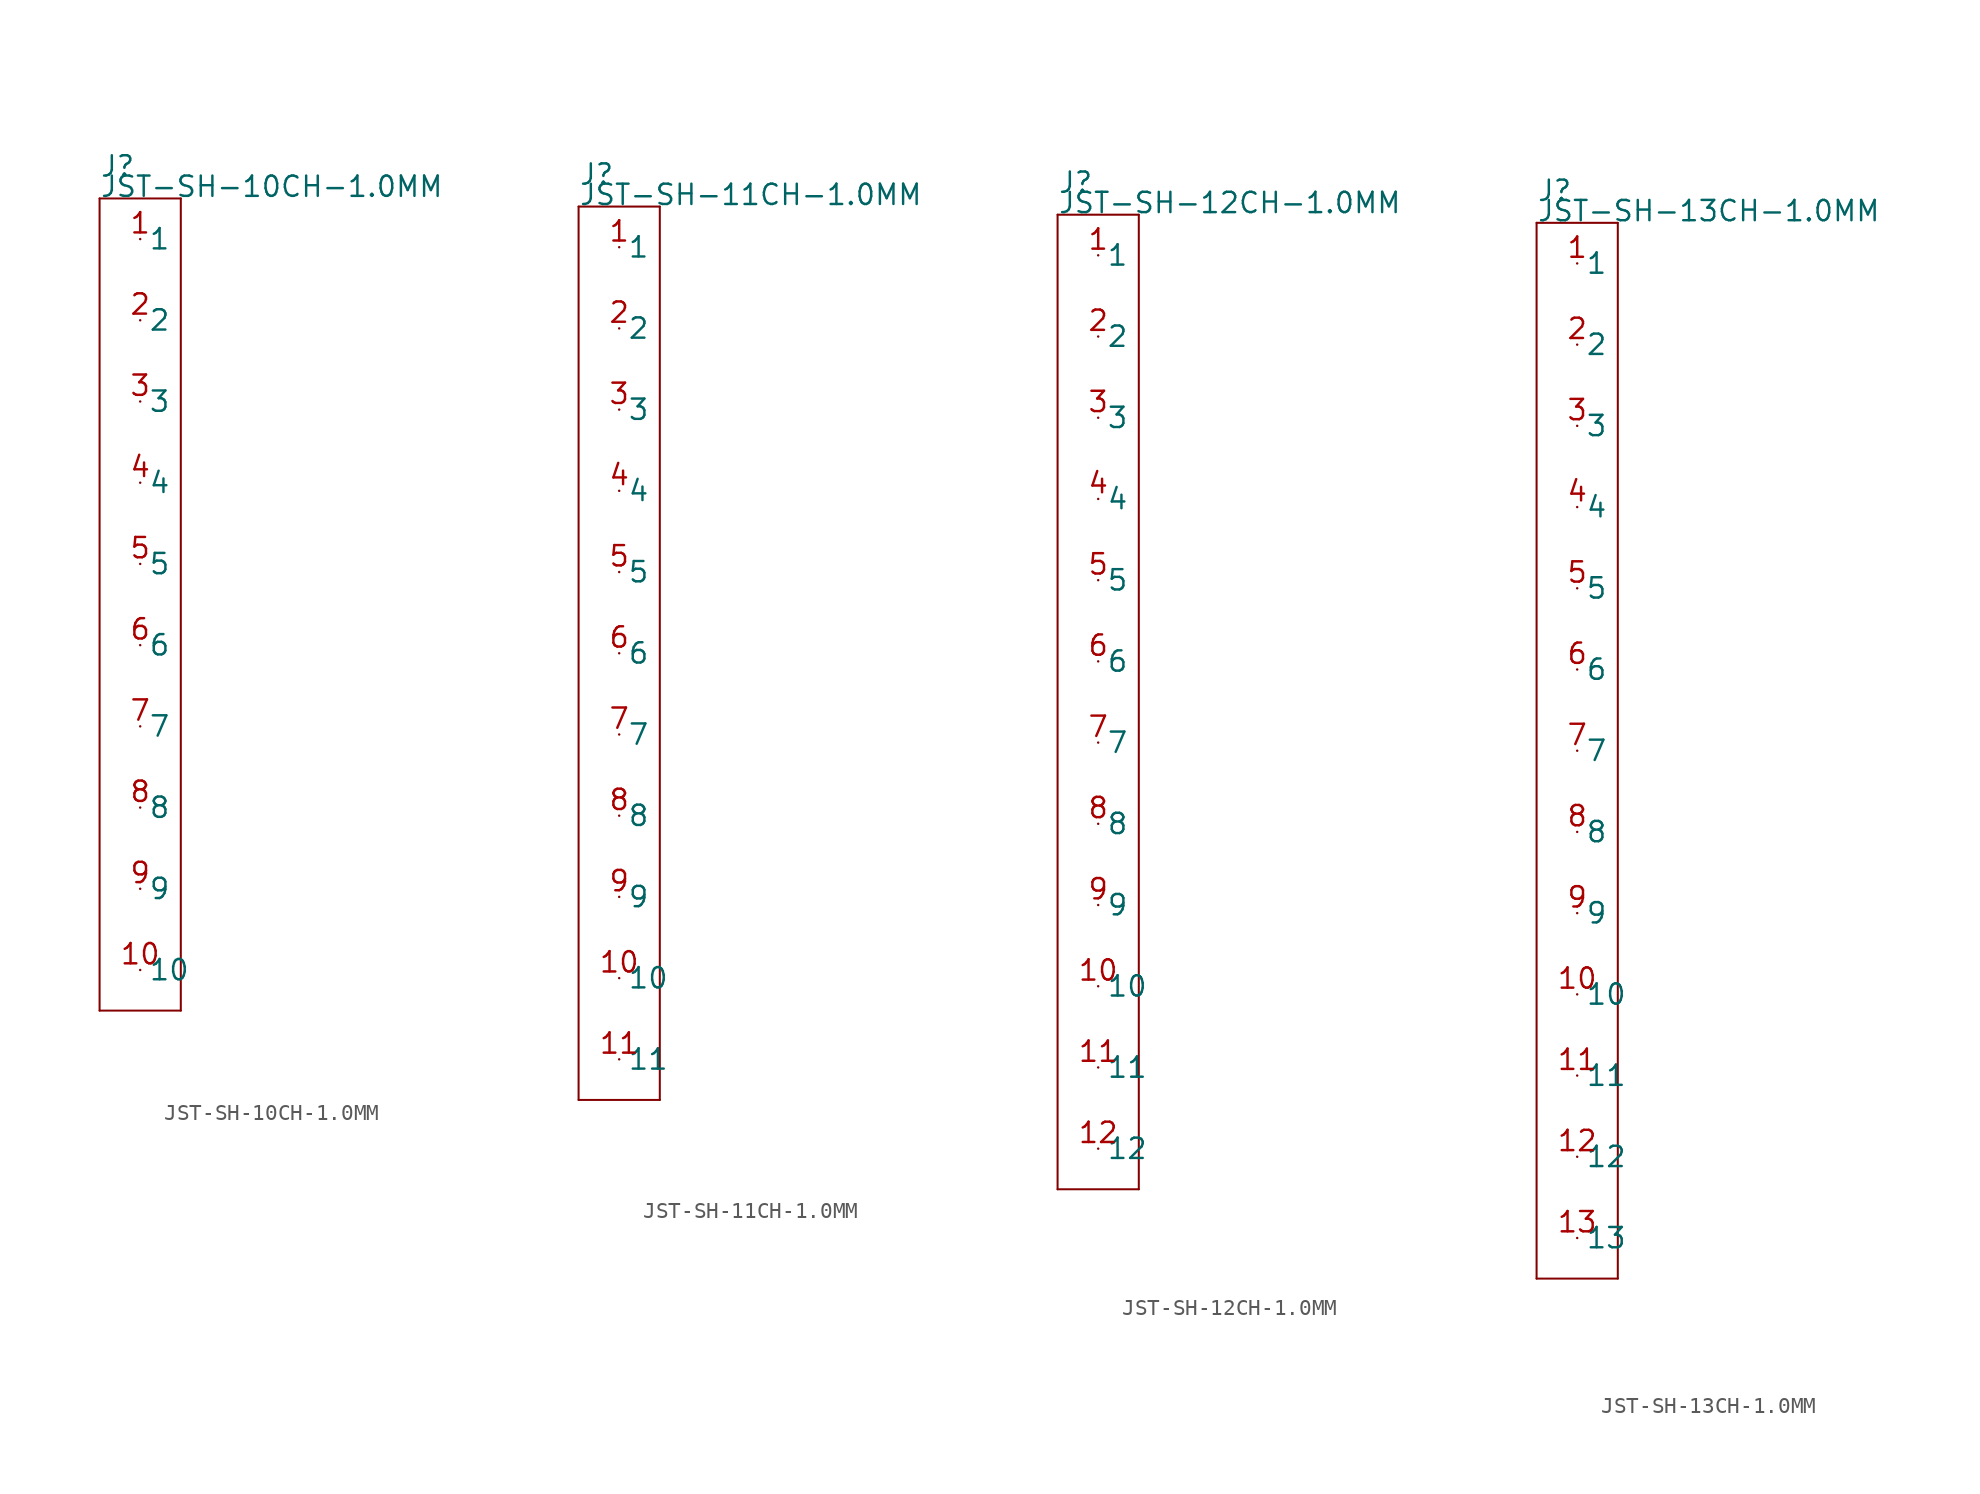
<source format=kicad_sym>
(kicad_symbol_lib
  (version 20211014)
  (generator kicad_symbol_editor)
  (symbol "JST-SH-10CH-1.0MM"
    (pin_names)
    (property "Reference" "J"
      (at -2.54 26.67 0)
      (effects (font (size 1.27 1.27)) (justify left bottom)))
    (property "Value" "JST-SH-10CH-1.0MM"
      (at -2.54 25.4 0)
      (effects (font (size 1.27 1.27)) (justify left bottom)))
    (property "Datasheet" ""
      (at 0 0 0))
    (property "ki_description" " JST 1x10  - Surface Mount JST 10POS 1MM Technical Specifications: Pitch: 1.0mm "
      (at 0 0 0))
    (property "ki_fp_filters" "FlashPCB_Connectors:JST-SM10B-SRSS-TB-SH-SMT-RA-10CH-1.0MM FlashPCB_Connectors:JST-SM10B-SRSS-TB-SH-SMT-RA-10CH-1.0MM-NOSILK FlashPCB_Connectors:JST-BM10B-SRSS-TB-SH-SMT-VERT-10CH-1.0MM FlashPCB_Connectors:JST-BM10B-SRSS-TB-SH-SMT-VERT-10CH-1.0MM-NOSILK"
      (at 0 0 0))
    (symbol "JST-SH-10CH-1.0MM_1_1"
      (polyline (pts (xy -2.54 25.4) (xy 2.54 25.4)) (stroke (width 0.127)) (fill (type none)))
      (polyline (pts (xy 2.54 25.4) (xy 2.54 -25.4)) (stroke (width 0.127)) (fill (type none)))
      (polyline (pts (xy 2.54 -25.4) (xy -2.54 -25.4)) (stroke (width 0.127)) (fill (type none)))
      (polyline (pts (xy -2.54 -25.4) (xy -2.54 25.4)) (stroke (width 0.127)) (fill (type none)))
      (pin bidirectional line (at 0 22.86 0) (length 0) (name "1" (effects (font (size 1.27 1.27)))) (number "1" (effects (font (size 1.27 1.27)))))
      (pin bidirectional line (at 0 17.78 0) (length 0) (name "2" (effects (font (size 1.27 1.27)))) (number "2" (effects (font (size 1.27 1.27)))))
      (pin bidirectional line (at 0 12.7 0) (length 0) (name "3" (effects (font (size 1.27 1.27)))) (number "3" (effects (font (size 1.27 1.27)))))
      (pin bidirectional line (at 0 7.62 0) (length 0) (name "4" (effects (font (size 1.27 1.27)))) (number "4" (effects (font (size 1.27 1.27)))))
      (pin bidirectional line (at 0 2.54 0) (length 0) (name "5" (effects (font (size 1.27 1.27)))) (number "5" (effects (font (size 1.27 1.27)))))
      (pin bidirectional line (at 0 -2.54 0) (length 0) (name "6" (effects (font (size 1.27 1.27)))) (number "6" (effects (font (size 1.27 1.27)))))
      (pin bidirectional line (at 0 -7.62 0) (length 0) (name "7" (effects (font (size 1.27 1.27)))) (number "7" (effects (font (size 1.27 1.27)))))
      (pin bidirectional line (at 0 -12.7 0) (length 0) (name "8" (effects (font (size 1.27 1.27)))) (number "8" (effects (font (size 1.27 1.27)))))
      (pin bidirectional line (at 0 -17.78 0) (length 0) (name "9" (effects (font (size 1.27 1.27)))) (number "9" (effects (font (size 1.27 1.27)))))
      (pin bidirectional line (at 0 -22.86 0) (length 0) (name "10" (effects (font (size 1.27 1.27)))) (number "10" (effects (font (size 1.27 1.27)))))))
  (symbol "JST-SH-11CH-1.0MM"
    (pin_names)
    (property "Reference" "J"
      (at -2.54 29.21 0)
      (effects (font (size 1.27 1.27)) (justify left bottom)))
    (property "Value" "JST-SH-11CH-1.0MM"
      (at -2.54 27.94 0)
      (effects (font (size 1.27 1.27)) (justify left bottom)))
    (property "Datasheet" ""
      (at 0 0 0))
    (property "ki_description" " JST 1x11  - Surface Mount JST 11POS 1MM Technical Specifications: Pitch: 1.0mm "
      (at 0 0 0))
    (property "ki_fp_filters" "FlashPCB_Connectors:JST-SM11B-SRSS-TB-SH-SMT-RA-11CH-1.0MM FlashPCB_Connectors:JST-SM11B-SRSS-TB-SH-SMT-RA-11CH-1.0MM-NOSILK FlashPCB_Connectors:JST-BM11B-SRSS-TB-SH-SMT-VERT-11CH-1.0MM FlashPCB_Connectors:JST-BM11B-SRSS-TB-SH-SMT-VERT-11CH-1.0MM-NOSILK"
      (at 0 0 0))
    (symbol "JST-SH-11CH-1.0MM_1_1"
      (polyline (pts (xy -2.54 27.94) (xy 2.54 27.94)) (stroke (width 0.127)) (fill (type none)))
      (polyline (pts (xy 2.54 27.94) (xy 2.54 -27.94)) (stroke (width 0.127)) (fill (type none)))
      (polyline (pts (xy 2.54 -27.94) (xy -2.54 -27.94)) (stroke (width 0.127)) (fill (type none)))
      (polyline (pts (xy -2.54 -27.94) (xy -2.54 27.94)) (stroke (width 0.127)) (fill (type none)))
      (pin bidirectional line (at 0 25.4 0) (length 0) (name "1" (effects (font (size 1.27 1.27)))) (number "1" (effects (font (size 1.27 1.27)))))
      (pin bidirectional line (at 0 20.32 0) (length 0) (name "2" (effects (font (size 1.27 1.27)))) (number "2" (effects (font (size 1.27 1.27)))))
      (pin bidirectional line (at 0 15.24 0) (length 0) (name "3" (effects (font (size 1.27 1.27)))) (number "3" (effects (font (size 1.27 1.27)))))
      (pin bidirectional line (at 0 10.16 0) (length 0) (name "4" (effects (font (size 1.27 1.27)))) (number "4" (effects (font (size 1.27 1.27)))))
      (pin bidirectional line (at 0 5.08 0) (length 0) (name "5" (effects (font (size 1.27 1.27)))) (number "5" (effects (font (size 1.27 1.27)))))
      (pin bidirectional line (at 0 0 0) (length 0) (name "6" (effects (font (size 1.27 1.27)))) (number "6" (effects (font (size 1.27 1.27)))))
      (pin bidirectional line (at 0 -5.08 0) (length 0) (name "7" (effects (font (size 1.27 1.27)))) (number "7" (effects (font (size 1.27 1.27)))))
      (pin bidirectional line (at 0 -10.16 0) (length 0) (name "8" (effects (font (size 1.27 1.27)))) (number "8" (effects (font (size 1.27 1.27)))))
      (pin bidirectional line (at 0 -15.24 0) (length 0) (name "9" (effects (font (size 1.27 1.27)))) (number "9" (effects (font (size 1.27 1.27)))))
      (pin bidirectional line (at 0 -20.32 0) (length 0) (name "10" (effects (font (size 1.27 1.27)))) (number "10" (effects (font (size 1.27 1.27)))))
      (pin bidirectional line (at 0 -25.4 0) (length 0) (name "11" (effects (font (size 1.27 1.27)))) (number "11" (effects (font (size 1.27 1.27)))))))
  (symbol "JST-SH-12CH-1.0MM"
    (pin_names)
    (property "Reference" "J"
      (at -2.54 31.75 0)
      (effects (font (size 1.27 1.27)) (justify left bottom)))
    (property "Value" "JST-SH-12CH-1.0MM"
      (at -2.54 30.48 0)
      (effects (font (size 1.27 1.27)) (justify left bottom)))
    (property "Datasheet" ""
      (at 0 0 0))
    (property "ki_description" " JST 1x12  - Surface Mount JST 12POS 1MM Technical Specifications: Pitch: 1.0mm "
      (at 0 0 0))
    (property "ki_fp_filters" "FlashPCB_Connectors:JST-SM12B-SRSS-TB-SH-SMT-RA-12CH-1.0MM FlashPCB_Connectors:JST-SM12B-SRSS-TB-SH-SMT-RA-12CH-1.0MM-NOSILK FlashPCB_Connectors:JST-BM12B-SRSS-TB-SH-SMT-VERT-12CH-1.0MM FlashPCB_Connectors:JST-BM12B-SRSS-TB-SH-SMT-VERT-12CH-1.0MM-NOSILK"
      (at 0 0 0))
    (symbol "JST-SH-12CH-1.0MM_1_1"
      (polyline (pts (xy -2.54 30.48) (xy 2.54 30.48)) (stroke (width 0.127)) (fill (type none)))
      (polyline (pts (xy 2.54 30.48) (xy 2.54 -30.48)) (stroke (width 0.127)) (fill (type none)))
      (polyline (pts (xy 2.54 -30.48) (xy -2.54 -30.48)) (stroke (width 0.127)) (fill (type none)))
      (polyline (pts (xy -2.54 -30.48) (xy -2.54 30.48)) (stroke (width 0.127)) (fill (type none)))
      (pin bidirectional line (at 0 27.94 0) (length 0) (name "1" (effects (font (size 1.27 1.27)))) (number "1" (effects (font (size 1.27 1.27)))))
      (pin bidirectional line (at 0 22.86 0) (length 0) (name "2" (effects (font (size 1.27 1.27)))) (number "2" (effects (font (size 1.27 1.27)))))
      (pin bidirectional line (at 0 17.78 0) (length 0) (name "3" (effects (font (size 1.27 1.27)))) (number "3" (effects (font (size 1.27 1.27)))))
      (pin bidirectional line (at 0 12.7 0) (length 0) (name "4" (effects (font (size 1.27 1.27)))) (number "4" (effects (font (size 1.27 1.27)))))
      (pin bidirectional line (at 0 7.62 0) (length 0) (name "5" (effects (font (size 1.27 1.27)))) (number "5" (effects (font (size 1.27 1.27)))))
      (pin bidirectional line (at 0 2.54 0) (length 0) (name "6" (effects (font (size 1.27 1.27)))) (number "6" (effects (font (size 1.27 1.27)))))
      (pin bidirectional line (at 0 -2.54 0) (length 0) (name "7" (effects (font (size 1.27 1.27)))) (number "7" (effects (font (size 1.27 1.27)))))
      (pin bidirectional line (at 0 -7.62 0) (length 0) (name "8" (effects (font (size 1.27 1.27)))) (number "8" (effects (font (size 1.27 1.27)))))
      (pin bidirectional line (at 0 -12.7 0) (length 0) (name "9" (effects (font (size 1.27 1.27)))) (number "9" (effects (font (size 1.27 1.27)))))
      (pin bidirectional line (at 0 -17.78 0) (length 0) (name "10" (effects (font (size 1.27 1.27)))) (number "10" (effects (font (size 1.27 1.27)))))
      (pin bidirectional line (at 0 -22.86 0) (length 0) (name "11" (effects (font (size 1.27 1.27)))) (number "11" (effects (font (size 1.27 1.27)))))
      (pin bidirectional line (at 0 -27.94 0) (length 0) (name "12" (effects (font (size 1.27 1.27)))) (number "12" (effects (font (size 1.27 1.27)))))))
  (symbol "JST-SH-13CH-1.0MM"
    (pin_names)
    (property "Reference" "J"
      (at -2.54 34.29 0)
      (effects (font (size 1.27 1.27)) (justify left bottom)))
    (property "Value" "JST-SH-13CH-1.0MM"
      (at -2.54 33.02 0)
      (effects (font (size 1.27 1.27)) (justify left bottom)))
    (property "Datasheet" ""
      (at 0 0 0))
    (property "ki_description" " JST 1x13  - Surface Mount JST 13POS 1MM Technical Specifications: Pitch: 1.0mm "
      (at 0 0 0))
    (property "ki_fp_filters" "FlashPCB_Connectors:JST-SM13B-SRSS-TB-SH-SMT-RA-13CH-1.0MM FlashPCB_Connectors:JST-SM13B-SRSS-TB-SH-SMT-RA-13CH-1.0MM-NOSILK FlashPCB_Connectors:JST-BM13B-SRSS-TB-SH-SMT-VERT-13CH-1.0MM FlashPCB_Connectors:JST-BM13B-SRSS-TB-SH-SMT-VERT-13CH-1.0MM-NOSILK"
      (at 0 0 0))
    (symbol "JST-SH-13CH-1.0MM_1_1"
      (polyline (pts (xy -2.54 33.02) (xy 2.54 33.02)) (stroke (width 0.127)) (fill (type none)))
      (polyline (pts (xy 2.54 33.02) (xy 2.54 -33.02)) (stroke (width 0.127)) (fill (type none)))
      (polyline (pts (xy 2.54 -33.02) (xy -2.54 -33.02)) (stroke (width 0.127)) (fill (type none)))
      (polyline (pts (xy -2.54 -33.02) (xy -2.54 33.02)) (stroke (width 0.127)) (fill (type none)))
      (pin bidirectional line (at 0 30.48 0) (length 0) (name "1" (effects (font (size 1.27 1.27)))) (number "1" (effects (font (size 1.27 1.27)))))
      (pin bidirectional line (at 0 25.4 0) (length 0) (name "2" (effects (font (size 1.27 1.27)))) (number "2" (effects (font (size 1.27 1.27)))))
      (pin bidirectional line (at 0 20.32 0) (length 0) (name "3" (effects (font (size 1.27 1.27)))) (number "3" (effects (font (size 1.27 1.27)))))
      (pin bidirectional line (at 0 15.24 0) (length 0) (name "4" (effects (font (size 1.27 1.27)))) (number "4" (effects (font (size 1.27 1.27)))))
      (pin bidirectional line (at 0 10.16 0) (length 0) (name "5" (effects (font (size 1.27 1.27)))) (number "5" (effects (font (size 1.27 1.27)))))
      (pin bidirectional line (at 0 5.08 0) (length 0) (name "6" (effects (font (size 1.27 1.27)))) (number "6" (effects (font (size 1.27 1.27)))))
      (pin bidirectional line (at 0 0 0) (length 0) (name "7" (effects (font (size 1.27 1.27)))) (number "7" (effects (font (size 1.27 1.27)))))
      (pin bidirectional line (at 0 -5.08 0) (length 0) (name "8" (effects (font (size 1.27 1.27)))) (number "8" (effects (font (size 1.27 1.27)))))
      (pin bidirectional line (at 0 -10.16 0) (length 0) (name "9" (effects (font (size 1.27 1.27)))) (number "9" (effects (font (size 1.27 1.27)))))
      (pin bidirectional line (at 0 -15.24 0) (length 0) (name "10" (effects (font (size 1.27 1.27)))) (number "10" (effects (font (size 1.27 1.27)))))
      (pin bidirectional line (at 0 -20.32 0) (length 0) (name "11" (effects (font (size 1.27 1.27)))) (number "11" (effects (font (size 1.27 1.27)))))
      (pin bidirectional line (at 0 -25.4 0) (length 0) (name "12" (effects (font (size 1.27 1.27)))) (number "12" (effects (font (size 1.27 1.27)))))
      (pin bidirectional line (at 0 -30.48 0) (length 0) (name "13" (effects (font (size 1.27 1.27)))) (number "13" (effects (font (size 1.27 1.27))))))))
</source>
